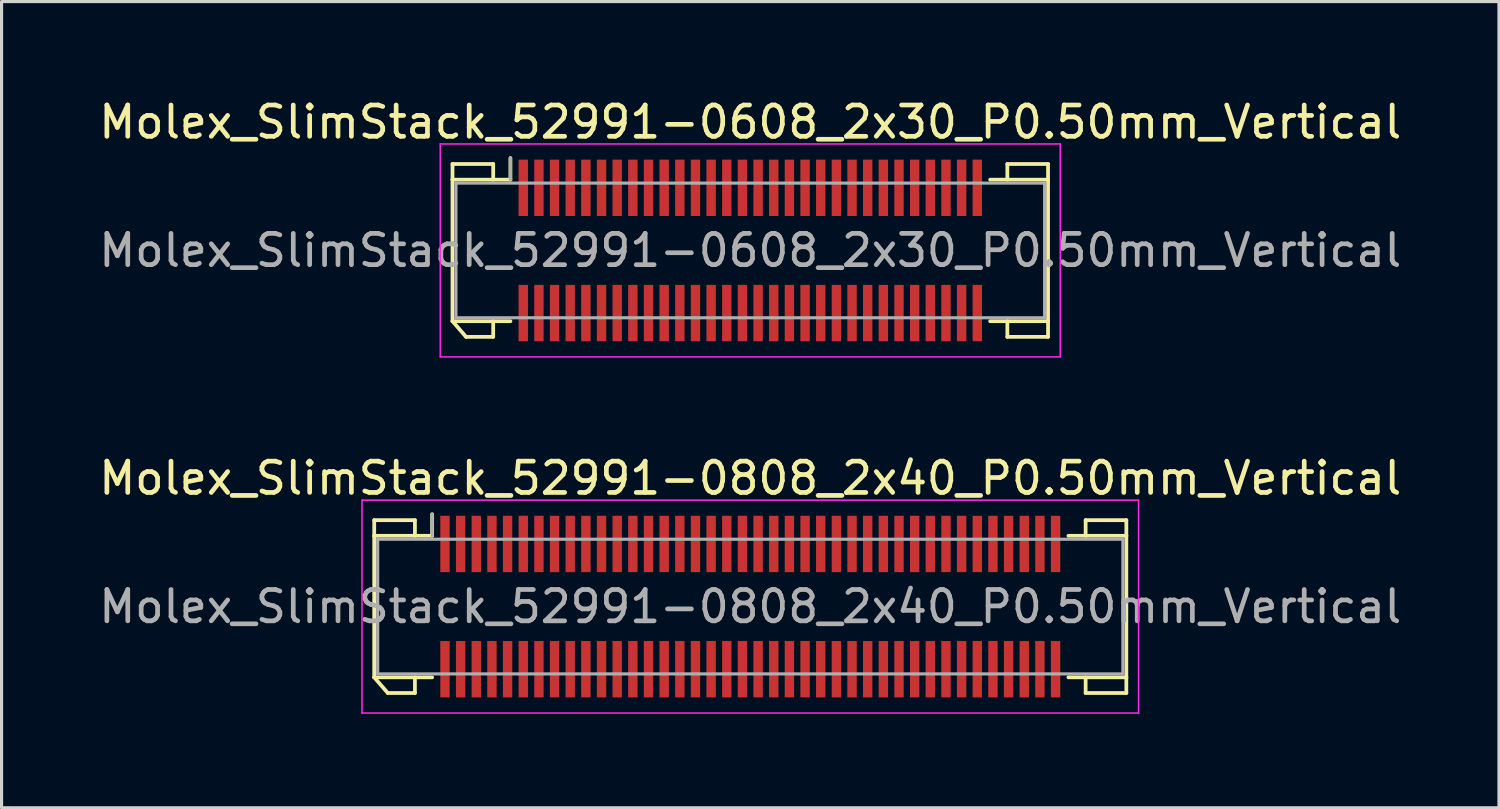
<source format=kicad_pcb>
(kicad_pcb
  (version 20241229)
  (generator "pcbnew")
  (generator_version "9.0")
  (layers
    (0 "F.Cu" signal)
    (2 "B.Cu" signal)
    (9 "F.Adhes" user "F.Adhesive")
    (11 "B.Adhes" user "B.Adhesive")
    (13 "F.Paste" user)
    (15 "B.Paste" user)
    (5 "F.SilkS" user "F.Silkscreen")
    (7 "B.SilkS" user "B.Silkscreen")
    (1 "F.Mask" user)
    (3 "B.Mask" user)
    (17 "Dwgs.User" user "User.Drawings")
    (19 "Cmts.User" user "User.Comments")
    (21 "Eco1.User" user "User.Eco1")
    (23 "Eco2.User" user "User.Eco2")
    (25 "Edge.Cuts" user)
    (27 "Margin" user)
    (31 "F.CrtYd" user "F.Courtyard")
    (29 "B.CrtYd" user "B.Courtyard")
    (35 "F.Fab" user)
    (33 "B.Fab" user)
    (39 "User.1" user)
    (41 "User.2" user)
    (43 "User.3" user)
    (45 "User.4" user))
  (footprint "Molex_SlimStack_52991-0608_2x30_P0.50mm_Vertical"
    (layer "F.Cu")
    (at 20.911 4.948)
    (property "Reference" "Molex_SlimStack_52991-0608_2x30_P0.50mm_Vertical" (at 0 -4.1 0) (layer "F.SilkS") (effects (font (size 1 1) (thickness 0.15))))
    (attr smd)
    (fp_line (start -9.51 -2.76) (end -8.21 -2.76) (stroke (width 0.12) (type solid)) (layer "F.SilkS"))
    (fp_line (start -9.51 -2.26) (end -9.51 -2.76) (stroke (width 0.12) (type solid)) (layer "F.SilkS"))
    (fp_line (start -9.51 -2.26) (end -7.66 -2.26) (stroke (width 0.12) (type solid)) (layer "F.SilkS"))
    (fp_line (start -9.51 2.26) (end -9.51 -2.26) (stroke (width 0.12) (type solid)) (layer "F.SilkS"))
    (fp_line (start -9.51 2.26) (end -9.077 2.76) (stroke (width 0.12) (type solid)) (layer "F.SilkS"))
    (fp_line (start -9.077 2.76) (end -8.21 2.76) (stroke (width 0.12) (type solid)) (layer "F.SilkS"))
    (fp_line (start -8.21 -2.76) (end -8.21 -2.26) (stroke (width 0.12) (type solid)) (layer "F.SilkS"))
    (fp_line (start -8.21 2.76) (end -8.21 2.26) (stroke (width 0.12) (type solid)) (layer "F.SilkS"))
    (fp_line (start -7.66 -2.26) (end -7.66 -2.95) (stroke (width 0.12) (type solid)) (layer "F.SilkS"))
    (fp_line (start -7.66 2.26) (end -9.51 2.26) (stroke (width 0.12) (type solid)) (layer "F.SilkS"))
    (fp_line (start 7.66 2.26) (end 9.51 2.26) (stroke (width 0.12) (type solid)) (layer "F.SilkS"))
    (fp_line (start 8.21 -2.76) (end 8.21 -2.26) (stroke (width 0.12) (type solid)) (layer "F.SilkS"))
    (fp_line (start 8.21 2.76) (end 8.21 2.26) (stroke (width 0.12) (type solid)) (layer "F.SilkS"))
    (fp_line (start 9.51 -2.76) (end 8.21 -2.76) (stroke (width 0.12) (type solid)) (layer "F.SilkS"))
    (fp_line (start 9.51 -2.26) (end 7.66 -2.26) (stroke (width 0.12) (type solid)) (layer "F.SilkS"))
    (fp_line (start 9.51 -2.26) (end 9.51 -2.76) (stroke (width 0.12) (type solid)) (layer "F.SilkS"))
    (fp_line (start 9.51 2.26) (end 9.51 -2.26) (stroke (width 0.12) (type solid)) (layer "F.SilkS"))
    (fp_line (start 9.51 2.26) (end 9.51 2.76) (stroke (width 0.12) (type solid)) (layer "F.SilkS"))
    (fp_line (start 9.51 2.76) (end 8.21 2.76) (stroke (width 0.12) (type solid)) (layer "F.SilkS"))
    (fp_line (start -9.9 -3.4) (end -9.9 3.4) (stroke (width 0.05) (type solid)) (layer "F.CrtYd"))
    (fp_line (start -9.9 3.4) (end 9.9 3.4) (stroke (width 0.05) (type solid)) (layer "F.CrtYd"))
    (fp_line (start 9.9 -3.4) (end -9.9 -3.4) (stroke (width 0.05) (type solid)) (layer "F.CrtYd"))
    (fp_line (start 9.9 3.4) (end 9.9 -3.4) (stroke (width 0.05) (type solid)) (layer "F.CrtYd"))
    (fp_line (start -9.4 -2.15) (end -9.4 2.15) (stroke (width 0.1) (type solid)) (layer "F.Fab"))
    (fp_line (start -9.4 2.15) (end 9.4 2.15) (stroke (width 0.1) (type solid)) (layer "F.Fab"))
    (fp_line (start -7.66 -2.26) (end -7.66 -2.95) (stroke (width 0.1) (type solid)) (layer "F.Fab"))
    (fp_line (start 9.4 -2.15) (end -9.4 -2.15) (stroke (width 0.1) (type solid)) (layer "F.Fab"))
    (fp_line (start 9.4 2.15) (end 9.4 -2.15) (stroke (width 0.1) (type solid)) (layer "F.Fab"))
    (fp_text user "${REFERENCE}" (at 0 0 0) (layer "F.Fab") (effects (font (size 1 1) (thickness 0.15))))
    (pad "1" smd rect (at -7.25 -2) (size 0.3 1.8) (layers "F.Cu" "F.Mask" "F.Paste"))
    (pad "2" smd rect (at -7.25 2) (size 0.3 1.8) (layers "F.Cu" "F.Mask" "F.Paste"))
    (pad "3" smd rect (at -6.75 -2) (size 0.3 1.8) (layers "F.Cu" "F.Mask" "F.Paste"))
    (pad "4" smd rect (at -6.75 2) (size 0.3 1.8) (layers "F.Cu" "F.Mask" "F.Paste"))
    (pad "5" smd rect (at -6.25 -2) (size 0.3 1.8) (layers "F.Cu" "F.Mask" "F.Paste"))
    (pad "6" smd rect (at -6.25 2) (size 0.3 1.8) (layers "F.Cu" "F.Mask" "F.Paste"))
    (pad "7" smd rect (at -5.75 -2) (size 0.3 1.8) (layers "F.Cu" "F.Mask" "F.Paste"))
    (pad "8" smd rect (at -5.75 2) (size 0.3 1.8) (layers "F.Cu" "F.Mask" "F.Paste"))
    (pad "9" smd rect (at -5.25 -2) (size 0.3 1.8) (layers "F.Cu" "F.Mask" "F.Paste"))
    (pad "10" smd rect (at -5.25 2) (size 0.3 1.8) (layers "F.Cu" "F.Mask" "F.Paste"))
    (pad "11" smd rect (at -4.75 -2) (size 0.3 1.8) (layers "F.Cu" "F.Mask" "F.Paste"))
    (pad "12" smd rect (at -4.75 2) (size 0.3 1.8) (layers "F.Cu" "F.Mask" "F.Paste"))
    (pad "13" smd rect (at -4.25 -2) (size 0.3 1.8) (layers "F.Cu" "F.Mask" "F.Paste"))
    (pad "14" smd rect (at -4.25 2) (size 0.3 1.8) (layers "F.Cu" "F.Mask" "F.Paste"))
    (pad "15" smd rect (at -3.75 -2) (size 0.3 1.8) (layers "F.Cu" "F.Mask" "F.Paste"))
    (pad "16" smd rect (at -3.75 2) (size 0.3 1.8) (layers "F.Cu" "F.Mask" "F.Paste"))
    (pad "17" smd rect (at -3.25 -2) (size 0.3 1.8) (layers "F.Cu" "F.Mask" "F.Paste"))
    (pad "18" smd rect (at -3.25 2) (size 0.3 1.8) (layers "F.Cu" "F.Mask" "F.Paste"))
    (pad "19" smd rect (at -2.75 -2) (size 0.3 1.8) (layers "F.Cu" "F.Mask" "F.Paste"))
    (pad "20" smd rect (at -2.75 2) (size 0.3 1.8) (layers "F.Cu" "F.Mask" "F.Paste"))
    (pad "21" smd rect (at -2.25 -2) (size 0.3 1.8) (layers "F.Cu" "F.Mask" "F.Paste"))
    (pad "22" smd rect (at -2.25 2) (size 0.3 1.8) (layers "F.Cu" "F.Mask" "F.Paste"))
    (pad "23" smd rect (at -1.75 -2) (size 0.3 1.8) (layers "F.Cu" "F.Mask" "F.Paste"))
    (pad "24" smd rect (at -1.75 2) (size 0.3 1.8) (layers "F.Cu" "F.Mask" "F.Paste"))
    (pad "25" smd rect (at -1.25 -2) (size 0.3 1.8) (layers "F.Cu" "F.Mask" "F.Paste"))
    (pad "26" smd rect (at -1.25 2) (size 0.3 1.8) (layers "F.Cu" "F.Mask" "F.Paste"))
    (pad "27" smd rect (at -0.75 -2) (size 0.3 1.8) (layers "F.Cu" "F.Mask" "F.Paste"))
    (pad "28" smd rect (at -0.75 2) (size 0.3 1.8) (layers "F.Cu" "F.Mask" "F.Paste"))
    (pad "29" smd rect (at -0.25 -2) (size 0.3 1.8) (layers "F.Cu" "F.Mask" "F.Paste"))
    (pad "30" smd rect (at -0.25 2) (size 0.3 1.8) (layers "F.Cu" "F.Mask" "F.Paste"))
    (pad "31" smd rect (at 0.25 -2) (size 0.3 1.8) (layers "F.Cu" "F.Mask" "F.Paste"))
    (pad "32" smd rect (at 0.25 2) (size 0.3 1.8) (layers "F.Cu" "F.Mask" "F.Paste"))
    (pad "33" smd rect (at 0.75 -2) (size 0.3 1.8) (layers "F.Cu" "F.Mask" "F.Paste"))
    (pad "34" smd rect (at 0.75 2) (size 0.3 1.8) (layers "F.Cu" "F.Mask" "F.Paste"))
    (pad "35" smd rect (at 1.25 -2) (size 0.3 1.8) (layers "F.Cu" "F.Mask" "F.Paste"))
    (pad "36" smd rect (at 1.25 2) (size 0.3 1.8) (layers "F.Cu" "F.Mask" "F.Paste"))
    (pad "37" smd rect (at 1.75 -2) (size 0.3 1.8) (layers "F.Cu" "F.Mask" "F.Paste"))
    (pad "38" smd rect (at 1.75 2) (size 0.3 1.8) (layers "F.Cu" "F.Mask" "F.Paste"))
    (pad "39" smd rect (at 2.25 -2) (size 0.3 1.8) (layers "F.Cu" "F.Mask" "F.Paste"))
    (pad "40" smd rect (at 2.25 2) (size 0.3 1.8) (layers "F.Cu" "F.Mask" "F.Paste"))
    (pad "41" smd rect (at 2.75 -2) (size 0.3 1.8) (layers "F.Cu" "F.Mask" "F.Paste"))
    (pad "42" smd rect (at 2.75 2) (size 0.3 1.8) (layers "F.Cu" "F.Mask" "F.Paste"))
    (pad "43" smd rect (at 3.25 -2) (size 0.3 1.8) (layers "F.Cu" "F.Mask" "F.Paste"))
    (pad "44" smd rect (at 3.25 2) (size 0.3 1.8) (layers "F.Cu" "F.Mask" "F.Paste"))
    (pad "45" smd rect (at 3.75 -2) (size 0.3 1.8) (layers "F.Cu" "F.Mask" "F.Paste"))
    (pad "46" smd rect (at 3.75 2) (size 0.3 1.8) (layers "F.Cu" "F.Mask" "F.Paste"))
    (pad "47" smd rect (at 4.25 -2) (size 0.3 1.8) (layers "F.Cu" "F.Mask" "F.Paste"))
    (pad "48" smd rect (at 4.25 2) (size 0.3 1.8) (layers "F.Cu" "F.Mask" "F.Paste"))
    (pad "49" smd rect (at 4.75 -2) (size 0.3 1.8) (layers "F.Cu" "F.Mask" "F.Paste"))
    (pad "50" smd rect (at 4.75 2) (size 0.3 1.8) (layers "F.Cu" "F.Mask" "F.Paste"))
    (pad "51" smd rect (at 5.25 -2) (size 0.3 1.8) (layers "F.Cu" "F.Mask" "F.Paste"))
    (pad "52" smd rect (at 5.25 2) (size 0.3 1.8) (layers "F.Cu" "F.Mask" "F.Paste"))
    (pad "53" smd rect (at 5.75 -2) (size 0.3 1.8) (layers "F.Cu" "F.Mask" "F.Paste"))
    (pad "54" smd rect (at 5.75 2) (size 0.3 1.8) (layers "F.Cu" "F.Mask" "F.Paste"))
    (pad "55" smd rect (at 6.25 -2) (size 0.3 1.8) (layers "F.Cu" "F.Mask" "F.Paste"))
    (pad "56" smd rect (at 6.25 2) (size 0.3 1.8) (layers "F.Cu" "F.Mask" "F.Paste"))
    (pad "57" smd rect (at 6.75 -2) (size 0.3 1.8) (layers "F.Cu" "F.Mask" "F.Paste"))
    (pad "58" smd rect (at 6.75 2) (size 0.3 1.8) (layers "F.Cu" "F.Mask" "F.Paste"))
    (pad "59" smd rect (at 7.25 -2) (size 0.3 1.8) (layers "F.Cu" "F.Mask" "F.Paste"))
    (pad "60" smd rect (at 7.25 2) (size 0.3 1.8) (layers "F.Cu" "F.Mask" "F.Paste")))
  (footprint "Molex_SlimStack_52991-0808_2x40_P0.50mm_Vertical"
    (layer "F.Cu")
    (at 20.911 16.322)
    (property "Reference" "Molex_SlimStack_52991-0808_2x40_P0.50mm_Vertical" (at 0 -4.1 0) (layer "F.SilkS") (effects (font (size 1 1) (thickness 0.15))))
    (attr smd)
    (fp_line (start -12.01 -2.76) (end -10.71 -2.76) (stroke (width 0.12) (type solid)) (layer "F.SilkS"))
    (fp_line (start -12.01 -2.26) (end -12.01 -2.76) (stroke (width 0.12) (type solid)) (layer "F.SilkS"))
    (fp_line (start -12.01 -2.26) (end -10.16 -2.26) (stroke (width 0.12) (type solid)) (layer "F.SilkS"))
    (fp_line (start -12.01 2.26) (end -12.01 -2.26) (stroke (width 0.12) (type solid)) (layer "F.SilkS"))
    (fp_line (start -12.01 2.26) (end -11.577 2.76) (stroke (width 0.12) (type solid)) (layer "F.SilkS"))
    (fp_line (start -11.577 2.76) (end -10.71 2.76) (stroke (width 0.12) (type solid)) (layer "F.SilkS"))
    (fp_line (start -10.71 -2.76) (end -10.71 -2.26) (stroke (width 0.12) (type solid)) (layer "F.SilkS"))
    (fp_line (start -10.71 2.76) (end -10.71 2.26) (stroke (width 0.12) (type solid)) (layer "F.SilkS"))
    (fp_line (start -10.16 -2.26) (end -10.16 -2.95) (stroke (width 0.12) (type solid)) (layer "F.SilkS"))
    (fp_line (start -10.16 2.26) (end -12.01 2.26) (stroke (width 0.12) (type solid)) (layer "F.SilkS"))
    (fp_line (start 10.16 2.26) (end 12.01 2.26) (stroke (width 0.12) (type solid)) (layer "F.SilkS"))
    (fp_line (start 10.71 -2.76) (end 10.71 -2.26) (stroke (width 0.12) (type solid)) (layer "F.SilkS"))
    (fp_line (start 10.71 2.76) (end 10.71 2.26) (stroke (width 0.12) (type solid)) (layer "F.SilkS"))
    (fp_line (start 12.01 -2.76) (end 10.71 -2.76) (stroke (width 0.12) (type solid)) (layer "F.SilkS"))
    (fp_line (start 12.01 -2.26) (end 10.16 -2.26) (stroke (width 0.12) (type solid)) (layer "F.SilkS"))
    (fp_line (start 12.01 -2.26) (end 12.01 -2.76) (stroke (width 0.12) (type solid)) (layer "F.SilkS"))
    (fp_line (start 12.01 2.26) (end 12.01 -2.26) (stroke (width 0.12) (type solid)) (layer "F.SilkS"))
    (fp_line (start 12.01 2.26) (end 12.01 2.76) (stroke (width 0.12) (type solid)) (layer "F.SilkS"))
    (fp_line (start 12.01 2.76) (end 10.71 2.76) (stroke (width 0.12) (type solid)) (layer "F.SilkS"))
    (fp_line (start -12.4 -3.4) (end -12.4 3.4) (stroke (width 0.05) (type solid)) (layer "F.CrtYd"))
    (fp_line (start -12.4 3.4) (end 12.4 3.4) (stroke (width 0.05) (type solid)) (layer "F.CrtYd"))
    (fp_line (start 12.4 -3.4) (end -12.4 -3.4) (stroke (width 0.05) (type solid)) (layer "F.CrtYd"))
    (fp_line (start 12.4 3.4) (end 12.4 -3.4) (stroke (width 0.05) (type solid)) (layer "F.CrtYd"))
    (fp_line (start -11.9 -2.15) (end -11.9 2.15) (stroke (width 0.1) (type solid)) (layer "F.Fab"))
    (fp_line (start -11.9 2.15) (end 11.9 2.15) (stroke (width 0.1) (type solid)) (layer "F.Fab"))
    (fp_line (start -10.16 -2.26) (end -10.16 -2.95) (stroke (width 0.1) (type solid)) (layer "F.Fab"))
    (fp_line (start 11.9 -2.15) (end -11.9 -2.15) (stroke (width 0.1) (type solid)) (layer "F.Fab"))
    (fp_line (start 11.9 2.15) (end 11.9 -2.15) (stroke (width 0.1) (type solid)) (layer "F.Fab"))
    (fp_text user "${REFERENCE}" (at 0 0 0) (layer "F.Fab") (effects (font (size 1 1) (thickness 0.15))))
    (pad "1" smd rect (at -9.75 -2) (size 0.3 1.8) (layers "F.Cu" "F.Mask" "F.Paste"))
    (pad "2" smd rect (at -9.75 2) (size 0.3 1.8) (layers "F.Cu" "F.Mask" "F.Paste"))
    (pad "3" smd rect (at -9.25 -2) (size 0.3 1.8) (layers "F.Cu" "F.Mask" "F.Paste"))
    (pad "4" smd rect (at -9.25 2) (size 0.3 1.8) (layers "F.Cu" "F.Mask" "F.Paste"))
    (pad "5" smd rect (at -8.75 -2) (size 0.3 1.8) (layers "F.Cu" "F.Mask" "F.Paste"))
    (pad "6" smd rect (at -8.75 2) (size 0.3 1.8) (layers "F.Cu" "F.Mask" "F.Paste"))
    (pad "7" smd rect (at -8.25 -2) (size 0.3 1.8) (layers "F.Cu" "F.Mask" "F.Paste"))
    (pad "8" smd rect (at -8.25 2) (size 0.3 1.8) (layers "F.Cu" "F.Mask" "F.Paste"))
    (pad "9" smd rect (at -7.75 -2) (size 0.3 1.8) (layers "F.Cu" "F.Mask" "F.Paste"))
    (pad "10" smd rect (at -7.75 2) (size 0.3 1.8) (layers "F.Cu" "F.Mask" "F.Paste"))
    (pad "11" smd rect (at -7.25 -2) (size 0.3 1.8) (layers "F.Cu" "F.Mask" "F.Paste"))
    (pad "12" smd rect (at -7.25 2) (size 0.3 1.8) (layers "F.Cu" "F.Mask" "F.Paste"))
    (pad "13" smd rect (at -6.75 -2) (size 0.3 1.8) (layers "F.Cu" "F.Mask" "F.Paste"))
    (pad "14" smd rect (at -6.75 2) (size 0.3 1.8) (layers "F.Cu" "F.Mask" "F.Paste"))
    (pad "15" smd rect (at -6.25 -2) (size 0.3 1.8) (layers "F.Cu" "F.Mask" "F.Paste"))
    (pad "16" smd rect (at -6.25 2) (size 0.3 1.8) (layers "F.Cu" "F.Mask" "F.Paste"))
    (pad "17" smd rect (at -5.75 -2) (size 0.3 1.8) (layers "F.Cu" "F.Mask" "F.Paste"))
    (pad "18" smd rect (at -5.75 2) (size 0.3 1.8) (layers "F.Cu" "F.Mask" "F.Paste"))
    (pad "19" smd rect (at -5.25 -2) (size 0.3 1.8) (layers "F.Cu" "F.Mask" "F.Paste"))
    (pad "20" smd rect (at -5.25 2) (size 0.3 1.8) (layers "F.Cu" "F.Mask" "F.Paste"))
    (pad "21" smd rect (at -4.75 -2) (size 0.3 1.8) (layers "F.Cu" "F.Mask" "F.Paste"))
    (pad "22" smd rect (at -4.75 2) (size 0.3 1.8) (layers "F.Cu" "F.Mask" "F.Paste"))
    (pad "23" smd rect (at -4.25 -2) (size 0.3 1.8) (layers "F.Cu" "F.Mask" "F.Paste"))
    (pad "24" smd rect (at -4.25 2) (size 0.3 1.8) (layers "F.Cu" "F.Mask" "F.Paste"))
    (pad "25" smd rect (at -3.75 -2) (size 0.3 1.8) (layers "F.Cu" "F.Mask" "F.Paste"))
    (pad "26" smd rect (at -3.75 2) (size 0.3 1.8) (layers "F.Cu" "F.Mask" "F.Paste"))
    (pad "27" smd rect (at -3.25 -2) (size 0.3 1.8) (layers "F.Cu" "F.Mask" "F.Paste"))
    (pad "28" smd rect (at -3.25 2) (size 0.3 1.8) (layers "F.Cu" "F.Mask" "F.Paste"))
    (pad "29" smd rect (at -2.75 -2) (size 0.3 1.8) (layers "F.Cu" "F.Mask" "F.Paste"))
    (pad "30" smd rect (at -2.75 2) (size 0.3 1.8) (layers "F.Cu" "F.Mask" "F.Paste"))
    (pad "31" smd rect (at -2.25 -2) (size 0.3 1.8) (layers "F.Cu" "F.Mask" "F.Paste"))
    (pad "32" smd rect (at -2.25 2) (size 0.3 1.8) (layers "F.Cu" "F.Mask" "F.Paste"))
    (pad "33" smd rect (at -1.75 -2) (size 0.3 1.8) (layers "F.Cu" "F.Mask" "F.Paste"))
    (pad "34" smd rect (at -1.75 2) (size 0.3 1.8) (layers "F.Cu" "F.Mask" "F.Paste"))
    (pad "35" smd rect (at -1.25 -2) (size 0.3 1.8) (layers "F.Cu" "F.Mask" "F.Paste"))
    (pad "36" smd rect (at -1.25 2) (size 0.3 1.8) (layers "F.Cu" "F.Mask" "F.Paste"))
    (pad "37" smd rect (at -0.75 -2) (size 0.3 1.8) (layers "F.Cu" "F.Mask" "F.Paste"))
    (pad "38" smd rect (at -0.75 2) (size 0.3 1.8) (layers "F.Cu" "F.Mask" "F.Paste"))
    (pad "39" smd rect (at -0.25 -2) (size 0.3 1.8) (layers "F.Cu" "F.Mask" "F.Paste"))
    (pad "40" smd rect (at -0.25 2) (size 0.3 1.8) (layers "F.Cu" "F.Mask" "F.Paste"))
    (pad "41" smd rect (at 0.25 -2) (size 0.3 1.8) (layers "F.Cu" "F.Mask" "F.Paste"))
    (pad "42" smd rect (at 0.25 2) (size 0.3 1.8) (layers "F.Cu" "F.Mask" "F.Paste"))
    (pad "43" smd rect (at 0.75 -2) (size 0.3 1.8) (layers "F.Cu" "F.Mask" "F.Paste"))
    (pad "44" smd rect (at 0.75 2) (size 0.3 1.8) (layers "F.Cu" "F.Mask" "F.Paste"))
    (pad "45" smd rect (at 1.25 -2) (size 0.3 1.8) (layers "F.Cu" "F.Mask" "F.Paste"))
    (pad "46" smd rect (at 1.25 2) (size 0.3 1.8) (layers "F.Cu" "F.Mask" "F.Paste"))
    (pad "47" smd rect (at 1.75 -2) (size 0.3 1.8) (layers "F.Cu" "F.Mask" "F.Paste"))
    (pad "48" smd rect (at 1.75 2) (size 0.3 1.8) (layers "F.Cu" "F.Mask" "F.Paste"))
    (pad "49" smd rect (at 2.25 -2) (size 0.3 1.8) (layers "F.Cu" "F.Mask" "F.Paste"))
    (pad "50" smd rect (at 2.25 2) (size 0.3 1.8) (layers "F.Cu" "F.Mask" "F.Paste"))
    (pad "51" smd rect (at 2.75 -2) (size 0.3 1.8) (layers "F.Cu" "F.Mask" "F.Paste"))
    (pad "52" smd rect (at 2.75 2) (size 0.3 1.8) (layers "F.Cu" "F.Mask" "F.Paste"))
    (pad "53" smd rect (at 3.25 -2) (size 0.3 1.8) (layers "F.Cu" "F.Mask" "F.Paste"))
    (pad "54" smd rect (at 3.25 2) (size 0.3 1.8) (layers "F.Cu" "F.Mask" "F.Paste"))
    (pad "55" smd rect (at 3.75 -2) (size 0.3 1.8) (layers "F.Cu" "F.Mask" "F.Paste"))
    (pad "56" smd rect (at 3.75 2) (size 0.3 1.8) (layers "F.Cu" "F.Mask" "F.Paste"))
    (pad "57" smd rect (at 4.25 -2) (size 0.3 1.8) (layers "F.Cu" "F.Mask" "F.Paste"))
    (pad "58" smd rect (at 4.25 2) (size 0.3 1.8) (layers "F.Cu" "F.Mask" "F.Paste"))
    (pad "59" smd rect (at 4.75 -2) (size 0.3 1.8) (layers "F.Cu" "F.Mask" "F.Paste"))
    (pad "60" smd rect (at 4.75 2) (size 0.3 1.8) (layers "F.Cu" "F.Mask" "F.Paste"))
    (pad "61" smd rect (at 5.25 -2) (size 0.3 1.8) (layers "F.Cu" "F.Mask" "F.Paste"))
    (pad "62" smd rect (at 5.25 2) (size 0.3 1.8) (layers "F.Cu" "F.Mask" "F.Paste"))
    (pad "63" smd rect (at 5.75 -2) (size 0.3 1.8) (layers "F.Cu" "F.Mask" "F.Paste"))
    (pad "64" smd rect (at 5.75 2) (size 0.3 1.8) (layers "F.Cu" "F.Mask" "F.Paste"))
    (pad "65" smd rect (at 6.25 -2) (size 0.3 1.8) (layers "F.Cu" "F.Mask" "F.Paste"))
    (pad "66" smd rect (at 6.25 2) (size 0.3 1.8) (layers "F.Cu" "F.Mask" "F.Paste"))
    (pad "67" smd rect (at 6.75 -2) (size 0.3 1.8) (layers "F.Cu" "F.Mask" "F.Paste"))
    (pad "68" smd rect (at 6.75 2) (size 0.3 1.8) (layers "F.Cu" "F.Mask" "F.Paste"))
    (pad "69" smd rect (at 7.25 -2) (size 0.3 1.8) (layers "F.Cu" "F.Mask" "F.Paste"))
    (pad "70" smd rect (at 7.25 2) (size 0.3 1.8) (layers "F.Cu" "F.Mask" "F.Paste"))
    (pad "71" smd rect (at 7.75 -2) (size 0.3 1.8) (layers "F.Cu" "F.Mask" "F.Paste"))
    (pad "72" smd rect (at 7.75 2) (size 0.3 1.8) (layers "F.Cu" "F.Mask" "F.Paste"))
    (pad "73" smd rect (at 8.25 -2) (size 0.3 1.8) (layers "F.Cu" "F.Mask" "F.Paste"))
    (pad "74" smd rect (at 8.25 2) (size 0.3 1.8) (layers "F.Cu" "F.Mask" "F.Paste"))
    (pad "75" smd rect (at 8.75 -2) (size 0.3 1.8) (layers "F.Cu" "F.Mask" "F.Paste"))
    (pad "76" smd rect (at 8.75 2) (size 0.3 1.8) (layers "F.Cu" "F.Mask" "F.Paste"))
    (pad "77" smd rect (at 9.25 -2) (size 0.3 1.8) (layers "F.Cu" "F.Mask" "F.Paste"))
    (pad "78" smd rect (at 9.25 2) (size 0.3 1.8) (layers "F.Cu" "F.Mask" "F.Paste"))
    (pad "79" smd rect (at 9.75 -2) (size 0.3 1.8) (layers "F.Cu" "F.Mask" "F.Paste"))
    (pad "80" smd rect (at 9.75 2) (size 0.3 1.8) (layers "F.Cu" "F.Mask" "F.Paste")))
  (gr_rect
    (start -3 -3)
    (end 44.821 22.747)
    (stroke (width 0.1) (type default))
    (fill no)
    (layer "Edge.Cuts")))
</source>
